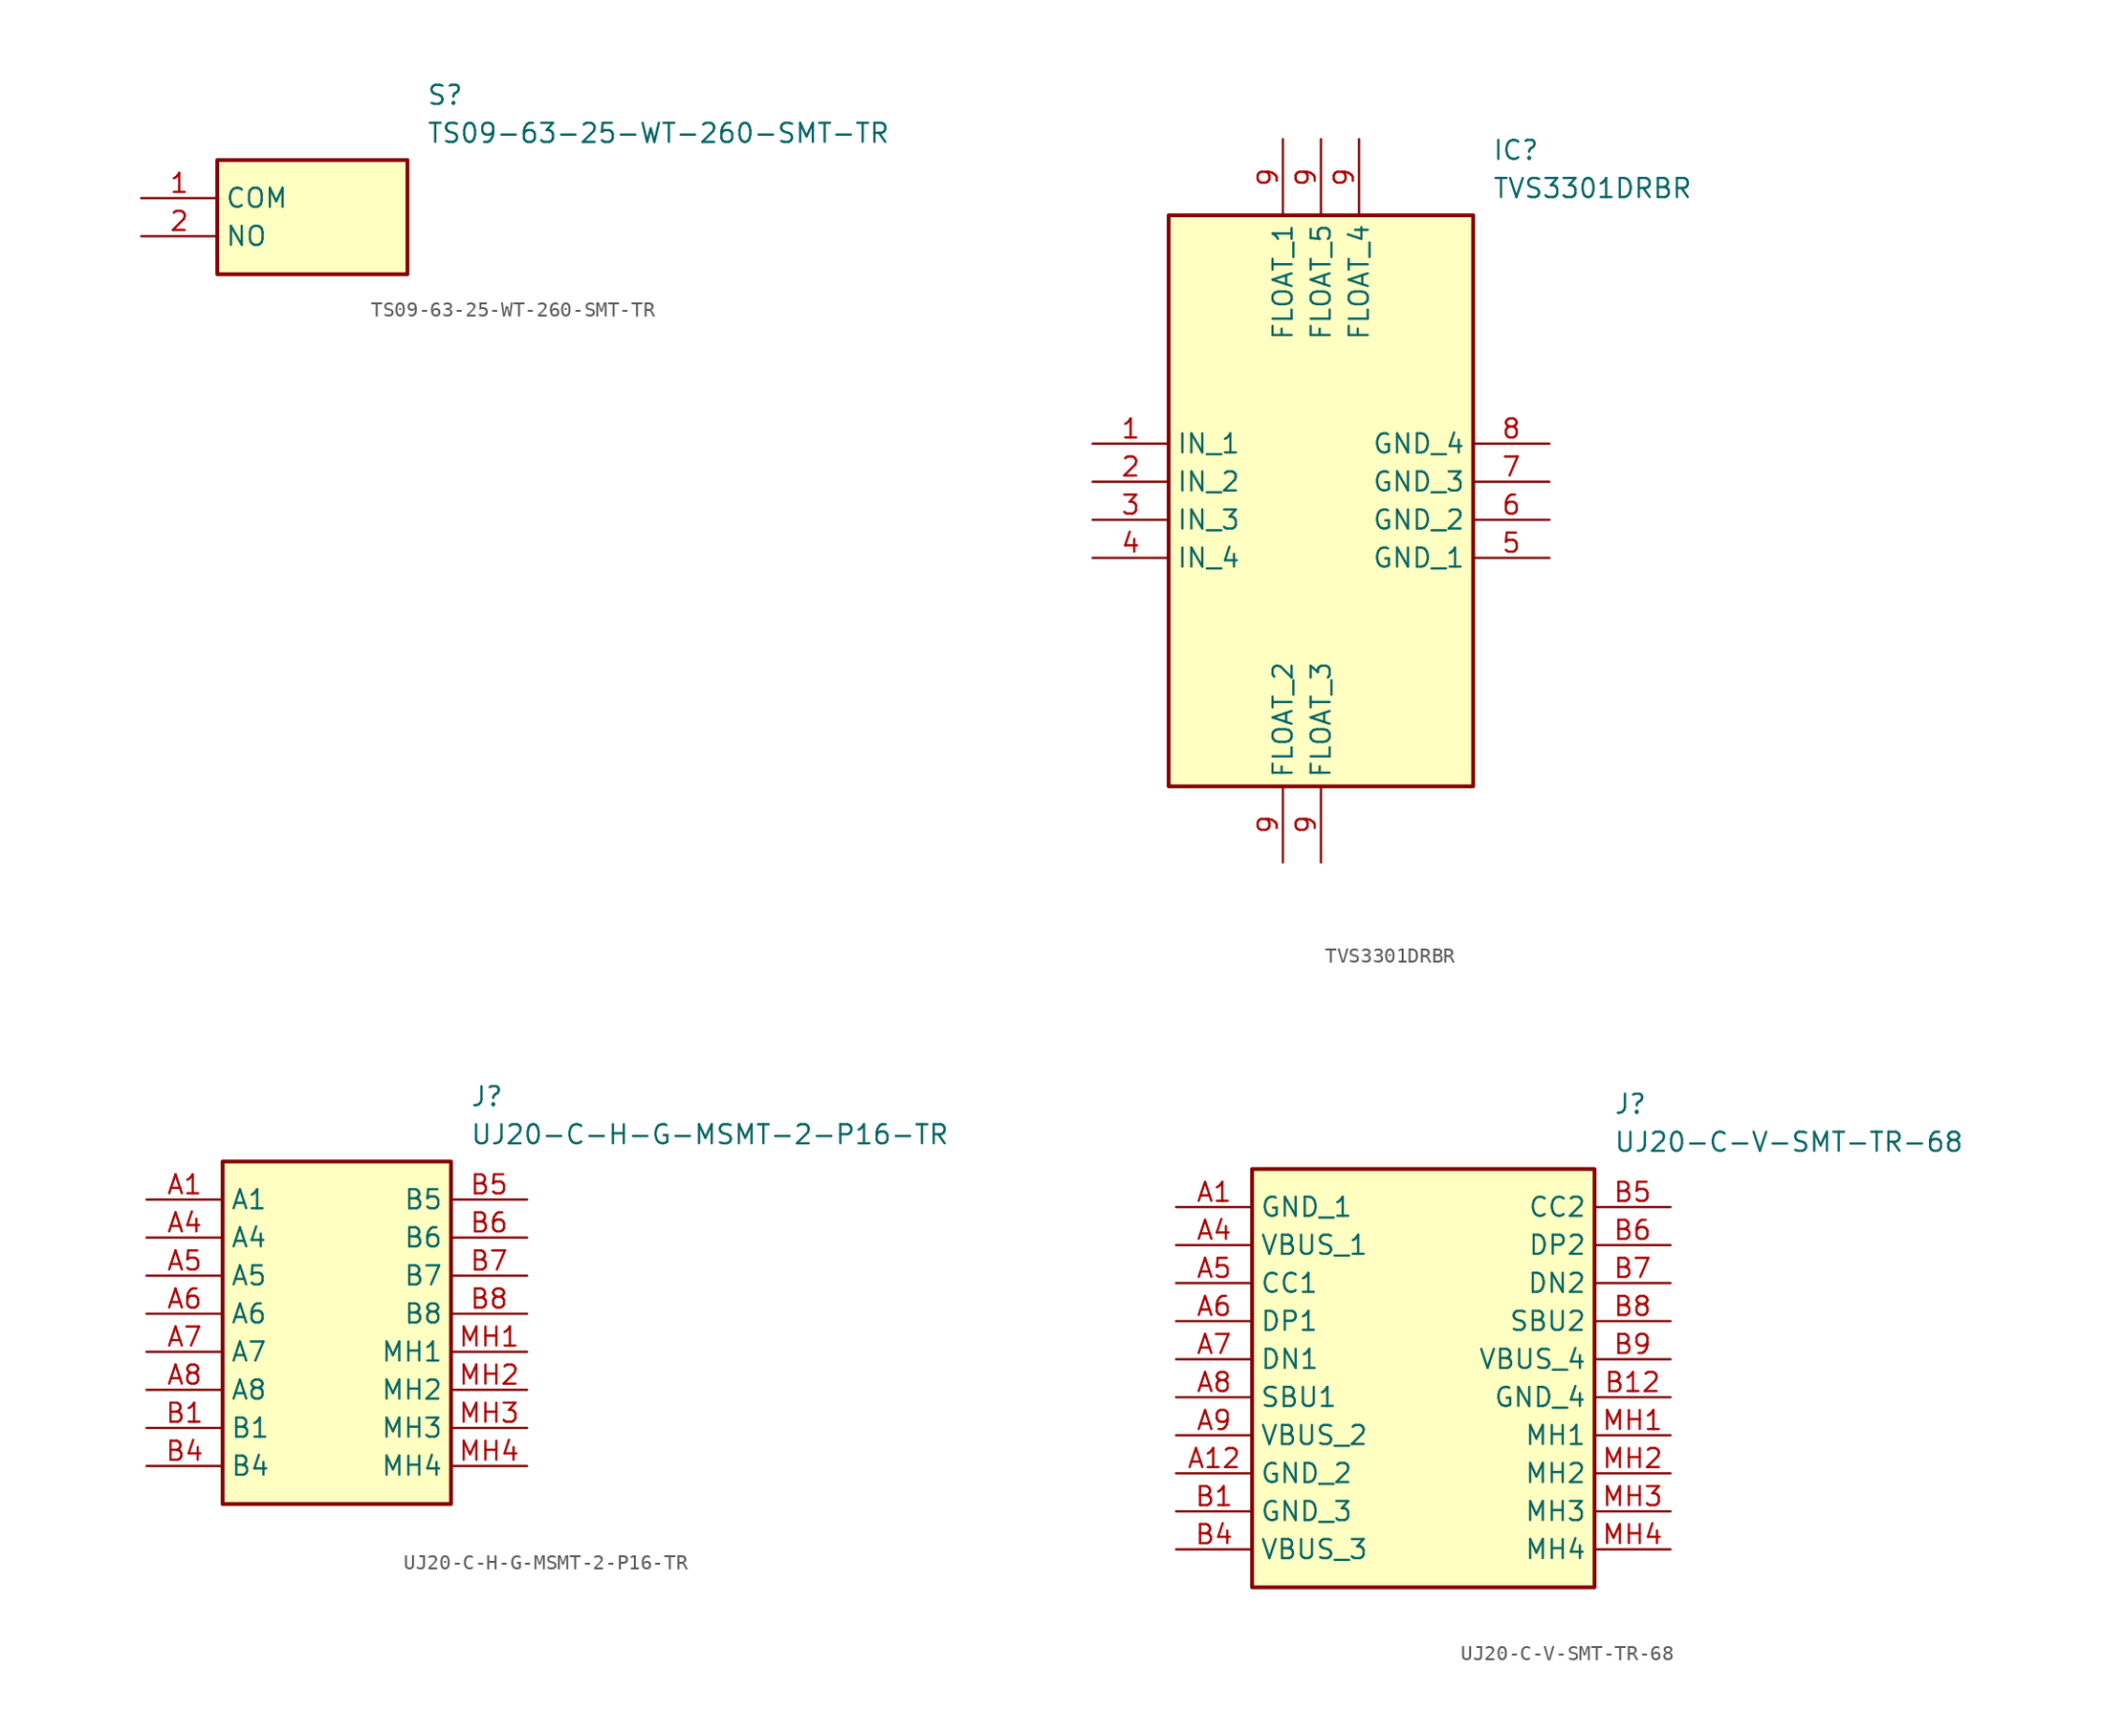
<source format=kicad_sym>
(kicad_symbol_lib
  (version 20241209)
  (generator "kicad_symbol_editor")
  (generator_version "9.0")
  (symbol "TS09-63-25-WT-260-SMT-TR"
    (property "Reference" "S"
      (at 19.05 7.62 0)
      (effects (font (size 1.27 1.27)) (justify left top)))
    (property "Value" "TS09-63-25-WT-260-SMT-TR"
      (at 19.05 5.08 0)
      (effects (font (size 1.27 1.27)) (justify left top)))
    (symbol "TS09-63-25-WT-260-SMT-TR_1_1"
      (rectangle (start 5.08 2.54) (end 17.78 -5.08) (stroke (width 0.254) (type default)) (fill (type background)))
      (pin passive line (at 0 0 0) (length 5.08) (name "COM" (effects (font (size 1.27 1.27)))) (number "1" (effects (font (size 1.27 1.27)))))
      (pin passive line (at 0 -2.54 0) (length 5.08) (name "NO" (effects (font (size 1.27 1.27)))) (number "2" (effects (font (size 1.27 1.27)))))))
  (symbol "TVS3301DRBR"
    (property "Reference" "IC"
      (at 26.67 20.32 0)
      (effects (font (size 1.27 1.27)) (justify left top)))
    (property "Value" "TVS3301DRBR"
      (at 26.67 17.78 0)
      (effects (font (size 1.27 1.27)) (justify left top)))
    (symbol "TVS3301DRBR_1_1"
      (rectangle (start 5.08 15.24) (end 25.4 -22.86) (stroke (width 0.254) (type default)) (fill (type background)))
      (pin passive line (at 0 0 0) (length 5.08) (name "IN_1" (effects (font (size 1.27 1.27)))) (number "1" (effects (font (size 1.27 1.27)))))
      (pin passive line (at 0 -2.54 0) (length 5.08) (name "IN_2" (effects (font (size 1.27 1.27)))) (number "2" (effects (font (size 1.27 1.27)))))
      (pin passive line (at 0 -5.08 0) (length 5.08) (name "IN_3" (effects (font (size 1.27 1.27)))) (number "3" (effects (font (size 1.27 1.27)))))
      (pin passive line (at 0 -7.62 0) (length 5.08) (name "IN_4" (effects (font (size 1.27 1.27)))) (number "4" (effects (font (size 1.27 1.27)))))
      (pin passive line (at 12.7 20.32 270) (length 5.08) (name "FLOAT_1" (effects (font (size 1.27 1.27)))) (number "9" (effects (font (size 1.27 1.27)))))
      (pin passive line (at 12.7 -27.94 90) (length 5.08) (name "FLOAT_2" (effects (font (size 1.27 1.27)))) (number "9" (effects (font (size 1.27 1.27)))))
      (pin passive line (at 15.24 20.32 270) (length 5.08) (name "FLOAT_5" (effects (font (size 1.27 1.27)))) (number "9" (effects (font (size 1.27 1.27)))))
      (pin passive line (at 15.24 -27.94 90) (length 5.08) (name "FLOAT_3" (effects (font (size 1.27 1.27)))) (number "9" (effects (font (size 1.27 1.27)))))
      (pin passive line (at 17.78 20.32 270) (length 5.08) (name "FLOAT_4" (effects (font (size 1.27 1.27)))) (number "9" (effects (font (size 1.27 1.27)))))
      (pin passive line (at 30.48 0 180) (length 5.08) (name "GND_4" (effects (font (size 1.27 1.27)))) (number "8" (effects (font (size 1.27 1.27)))))
      (pin passive line (at 30.48 -2.54 180) (length 5.08) (name "GND_3" (effects (font (size 1.27 1.27)))) (number "7" (effects (font (size 1.27 1.27)))))
      (pin passive line (at 30.48 -5.08 180) (length 5.08) (name "GND_2" (effects (font (size 1.27 1.27)))) (number "6" (effects (font (size 1.27 1.27)))))
      (pin passive line (at 30.48 -7.62 180) (length 5.08) (name "GND_1" (effects (font (size 1.27 1.27)))) (number "5" (effects (font (size 1.27 1.27)))))))
  (symbol "UJ20-C-H-G-MSMT-2-P16-TR"
    (property "Reference" "J"
      (at 21.59 7.62 0)
      (effects (font (size 1.27 1.27)) (justify left top)))
    (property "Value" "UJ20-C-H-G-MSMT-2-P16-TR"
      (at 21.59 5.08 0)
      (effects (font (size 1.27 1.27)) (justify left top)))
    (symbol "UJ20-C-H-G-MSMT-2-P16-TR_1_1"
      (rectangle (start 5.08 2.54) (end 20.32 -20.32) (stroke (width 0.254) (type default)) (fill (type background)))
      (pin passive line (at 0 0 0) (length 5.08) (name "A1" (effects (font (size 1.27 1.27)))) (number "A1" (effects (font (size 1.27 1.27)))))
      (pin passive line (at 0 -2.54 0) (length 5.08) (name "A4" (effects (font (size 1.27 1.27)))) (number "A4" (effects (font (size 1.27 1.27)))))
      (pin passive line (at 0 -5.08 0) (length 5.08) (name "A5" (effects (font (size 1.27 1.27)))) (number "A5" (effects (font (size 1.27 1.27)))))
      (pin passive line (at 0 -7.62 0) (length 5.08) (name "A6" (effects (font (size 1.27 1.27)))) (number "A6" (effects (font (size 1.27 1.27)))))
      (pin passive line (at 0 -10.16 0) (length 5.08) (name "A7" (effects (font (size 1.27 1.27)))) (number "A7" (effects (font (size 1.27 1.27)))))
      (pin passive line (at 0 -12.7 0) (length 5.08) (name "A8" (effects (font (size 1.27 1.27)))) (number "A8" (effects (font (size 1.27 1.27)))))
      (pin passive line (at 0 -15.24 0) (length 5.08) (name "B1" (effects (font (size 1.27 1.27)))) (number "B1" (effects (font (size 1.27 1.27)))))
      (pin passive line (at 0 -17.78 0) (length 5.08) (name "B4" (effects (font (size 1.27 1.27)))) (number "B4" (effects (font (size 1.27 1.27)))))
      (pin passive line (at 25.4 0 180) (length 5.08) (name "B5" (effects (font (size 1.27 1.27)))) (number "B5" (effects (font (size 1.27 1.27)))))
      (pin passive line (at 25.4 -2.54 180) (length 5.08) (name "B6" (effects (font (size 1.27 1.27)))) (number "B6" (effects (font (size 1.27 1.27)))))
      (pin passive line (at 25.4 -5.08 180) (length 5.08) (name "B7" (effects (font (size 1.27 1.27)))) (number "B7" (effects (font (size 1.27 1.27)))))
      (pin passive line (at 25.4 -7.62 180) (length 5.08) (name "B8" (effects (font (size 1.27 1.27)))) (number "B8" (effects (font (size 1.27 1.27)))))
      (pin passive line (at 25.4 -10.16 180) (length 5.08) (name "MH1" (effects (font (size 1.27 1.27)))) (number "MH1" (effects (font (size 1.27 1.27)))))
      (pin passive line (at 25.4 -12.7 180) (length 5.08) (name "MH2" (effects (font (size 1.27 1.27)))) (number "MH2" (effects (font (size 1.27 1.27)))))
      (pin passive line (at 25.4 -15.24 180) (length 5.08) (name "MH3" (effects (font (size 1.27 1.27)))) (number "MH3" (effects (font (size 1.27 1.27)))))
      (pin passive line (at 25.4 -17.78 180) (length 5.08) (name "MH4" (effects (font (size 1.27 1.27)))) (number "MH4" (effects (font (size 1.27 1.27)))))))
  (symbol "UJ20-C-V-SMT-TR-68"
    (property "Reference" "J"
      (at 29.21 7.62 0)
      (effects (font (size 1.27 1.27)) (justify left top)))
    (property "Value" "UJ20-C-V-SMT-TR-68"
      (at 29.21 5.08 0)
      (effects (font (size 1.27 1.27)) (justify left top)))
    (symbol "UJ20-C-V-SMT-TR-68_1_1"
      (rectangle (start 5.08 2.54) (end 27.94 -25.4) (stroke (width 0.254) (type default)) (fill (type background)))
      (pin passive line (at 0 0 0) (length 5.08) (name "GND_1" (effects (font (size 1.27 1.27)))) (number "A1" (effects (font (size 1.27 1.27)))))
      (pin passive line (at 0 -2.54 0) (length 5.08) (name "VBUS_1" (effects (font (size 1.27 1.27)))) (number "A4" (effects (font (size 1.27 1.27)))))
      (pin passive line (at 0 -5.08 0) (length 5.08) (name "CC1" (effects (font (size 1.27 1.27)))) (number "A5" (effects (font (size 1.27 1.27)))))
      (pin passive line (at 0 -7.62 0) (length 5.08) (name "DP1" (effects (font (size 1.27 1.27)))) (number "A6" (effects (font (size 1.27 1.27)))))
      (pin passive line (at 0 -10.16 0) (length 5.08) (name "DN1" (effects (font (size 1.27 1.27)))) (number "A7" (effects (font (size 1.27 1.27)))))
      (pin passive line (at 0 -12.7 0) (length 5.08) (name "SBU1" (effects (font (size 1.27 1.27)))) (number "A8" (effects (font (size 1.27 1.27)))))
      (pin passive line (at 0 -15.24 0) (length 5.08) (name "VBUS_2" (effects (font (size 1.27 1.27)))) (number "A9" (effects (font (size 1.27 1.27)))))
      (pin passive line (at 0 -17.78 0) (length 5.08) (name "GND_2" (effects (font (size 1.27 1.27)))) (number "A12" (effects (font (size 1.27 1.27)))))
      (pin passive line (at 0 -20.32 0) (length 5.08) (name "GND_3" (effects (font (size 1.27 1.27)))) (number "B1" (effects (font (size 1.27 1.27)))))
      (pin passive line (at 0 -22.86 0) (length 5.08) (name "VBUS_3" (effects (font (size 1.27 1.27)))) (number "B4" (effects (font (size 1.27 1.27)))))
      (pin passive line (at 33.02 0 180) (length 5.08) (name "CC2" (effects (font (size 1.27 1.27)))) (number "B5" (effects (font (size 1.27 1.27)))))
      (pin passive line (at 33.02 -2.54 180) (length 5.08) (name "DP2" (effects (font (size 1.27 1.27)))) (number "B6" (effects (font (size 1.27 1.27)))))
      (pin passive line (at 33.02 -5.08 180) (length 5.08) (name "DN2" (effects (font (size 1.27 1.27)))) (number "B7" (effects (font (size 1.27 1.27)))))
      (pin passive line (at 33.02 -7.62 180) (length 5.08) (name "SBU2" (effects (font (size 1.27 1.27)))) (number "B8" (effects (font (size 1.27 1.27)))))
      (pin passive line (at 33.02 -10.16 180) (length 5.08) (name "VBUS_4" (effects (font (size 1.27 1.27)))) (number "B9" (effects (font (size 1.27 1.27)))))
      (pin passive line (at 33.02 -12.7 180) (length 5.08) (name "GND_4" (effects (font (size 1.27 1.27)))) (number "B12" (effects (font (size 1.27 1.27)))))
      (pin passive line (at 33.02 -15.24 180) (length 5.08) (name "MH1" (effects (font (size 1.27 1.27)))) (number "MH1" (effects (font (size 1.27 1.27)))))
      (pin passive line (at 33.02 -17.78 180) (length 5.08) (name "MH2" (effects (font (size 1.27 1.27)))) (number "MH2" (effects (font (size 1.27 1.27)))))
      (pin passive line (at 33.02 -20.32 180) (length 5.08) (name "MH3" (effects (font (size 1.27 1.27)))) (number "MH3" (effects (font (size 1.27 1.27)))))
      (pin passive line (at 33.02 -22.86 180) (length 5.08) (name "MH4" (effects (font (size 1.27 1.27)))) (number "MH4" (effects (font (size 1.27 1.27))))))))
</source>
